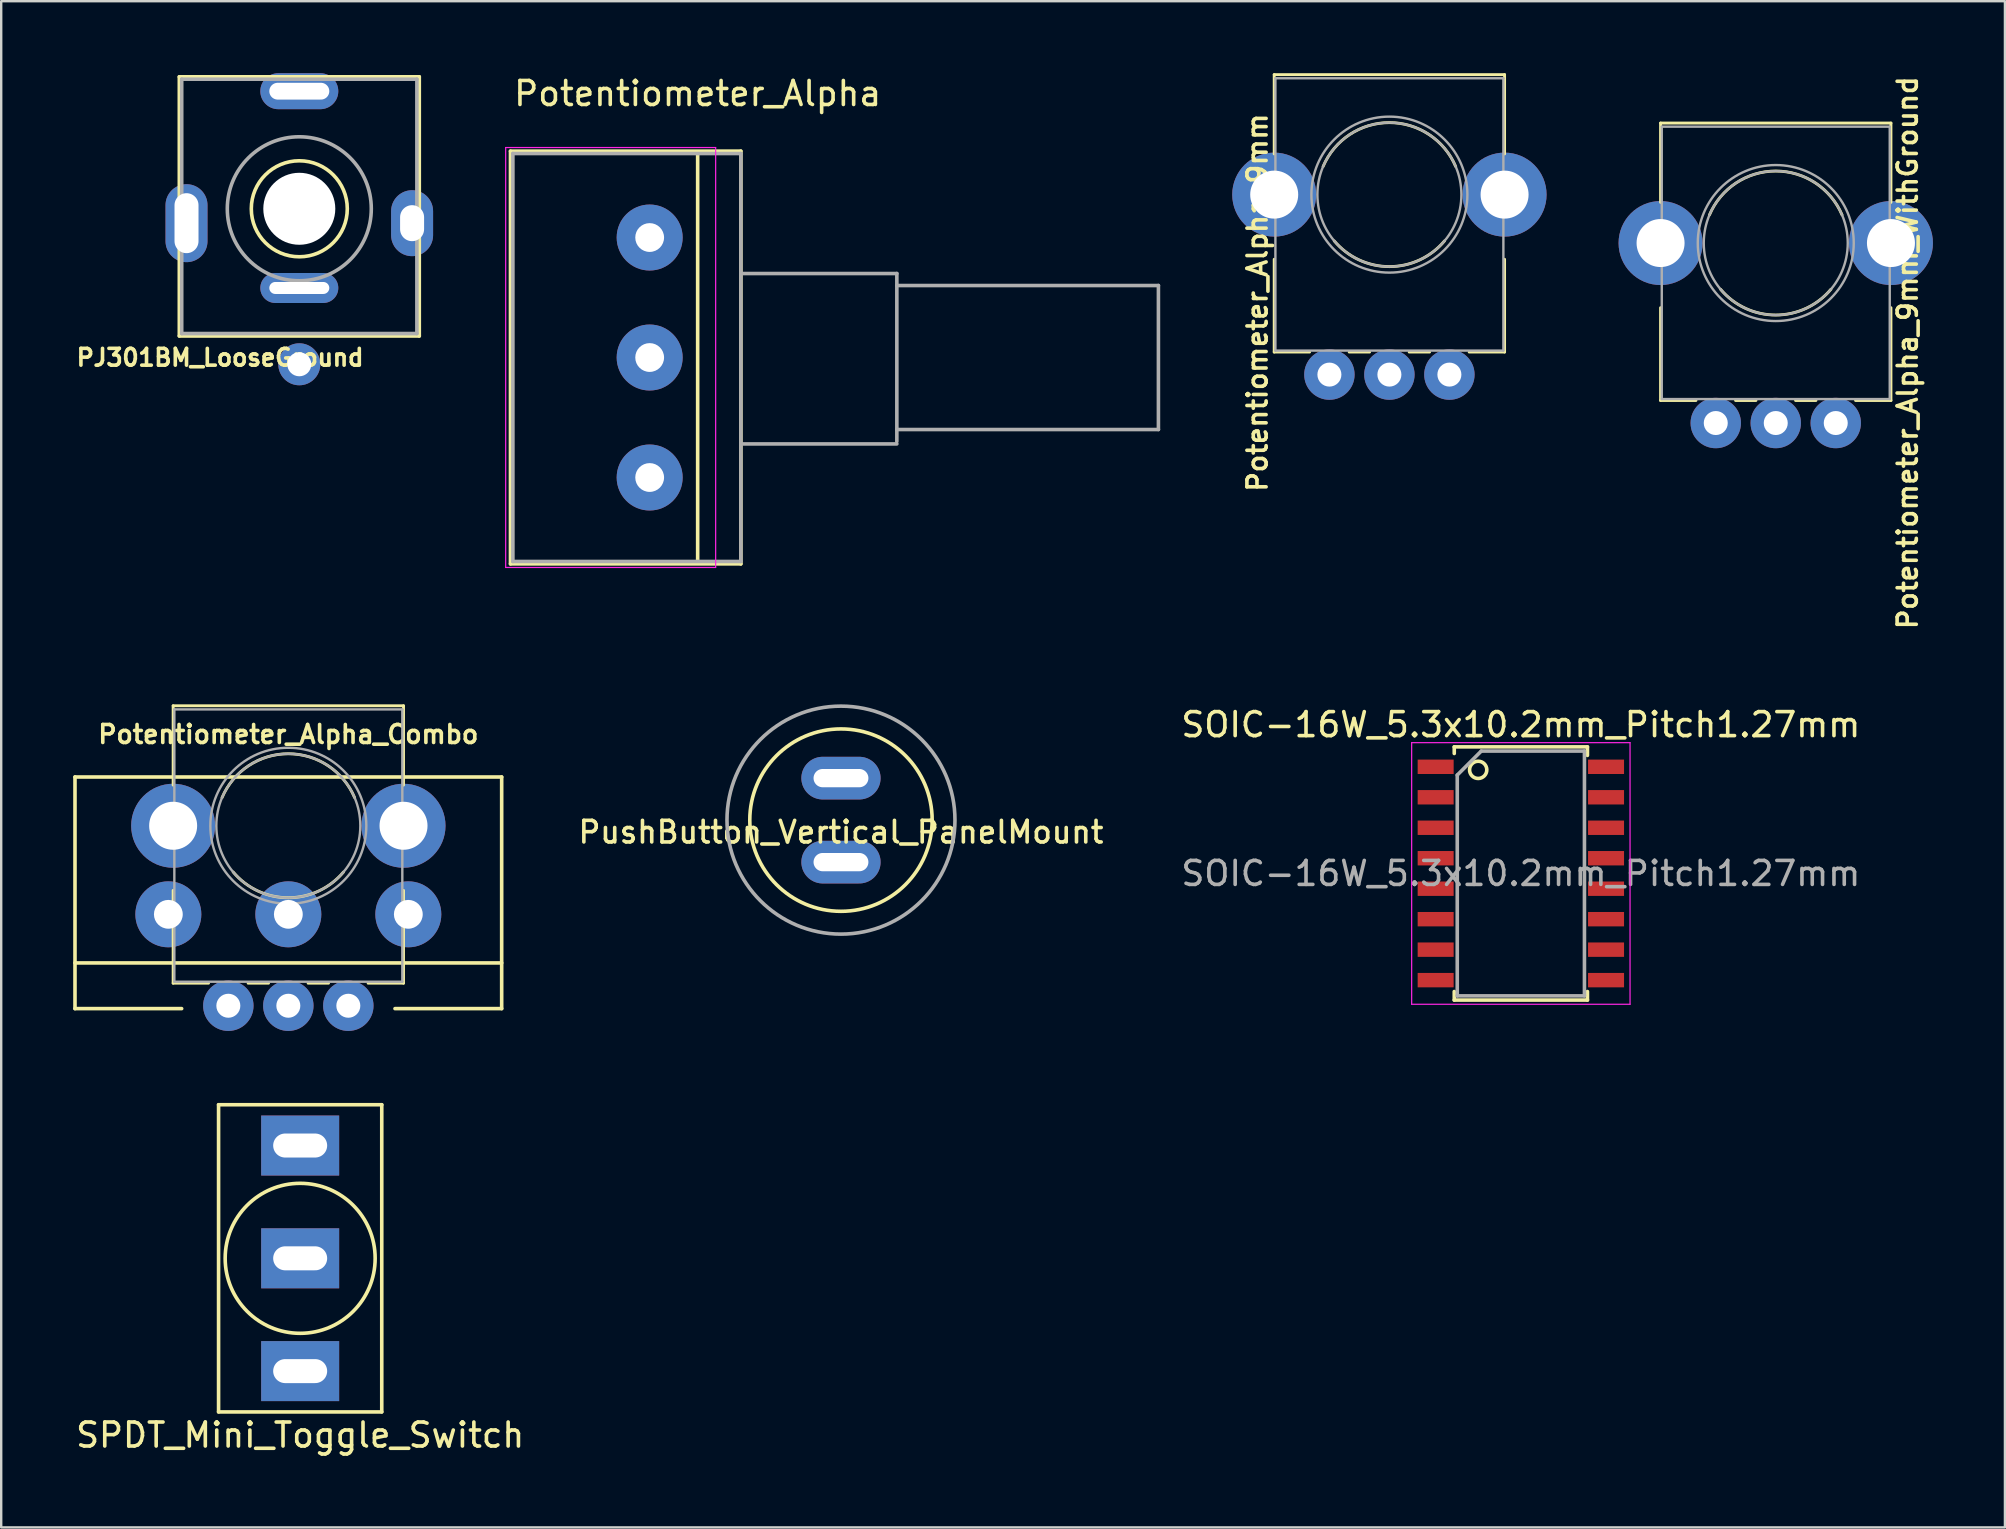
<source format=kicad_pcb>
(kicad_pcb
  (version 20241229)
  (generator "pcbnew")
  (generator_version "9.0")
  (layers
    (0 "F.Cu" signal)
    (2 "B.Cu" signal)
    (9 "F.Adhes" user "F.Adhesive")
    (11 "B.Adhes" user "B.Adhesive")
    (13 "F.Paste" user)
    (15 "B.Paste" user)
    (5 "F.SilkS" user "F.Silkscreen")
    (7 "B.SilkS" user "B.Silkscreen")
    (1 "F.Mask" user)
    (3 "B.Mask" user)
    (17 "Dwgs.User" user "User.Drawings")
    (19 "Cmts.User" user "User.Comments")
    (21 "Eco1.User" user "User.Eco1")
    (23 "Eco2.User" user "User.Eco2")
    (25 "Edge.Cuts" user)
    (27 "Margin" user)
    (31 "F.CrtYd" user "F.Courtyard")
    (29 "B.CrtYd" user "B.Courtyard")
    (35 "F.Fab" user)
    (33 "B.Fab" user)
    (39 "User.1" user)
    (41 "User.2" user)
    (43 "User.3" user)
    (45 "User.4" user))
  (footprint "Potentiometer_Alpha_Combo"
    (layer "F.Cu")
    (at 8.965 31.36)
    (property "Reference" "Potentiometer_Alpha_Combo" (at 0 -3.81 180) (layer "F.SilkS") (effects (font (size 0.75 0.75) (thickness 0.15))))
    (attr through_hole)
    (fp_line (start -8.89 -2.032) (end 8.89 -2.032) (stroke (width 0.15) (type solid)) (layer "F.SilkS"))
    (fp_line (start -8.89 5.715) (end 8.89 5.715) (stroke (width 0.15) (type solid)) (layer "F.SilkS"))
    (fp_line (start -8.89 7.62) (end -8.89 -2.032) (stroke (width 0.15) (type solid)) (layer "F.SilkS"))
    (fp_line (start -8.89 7.62) (end -4.445 7.62) (stroke (width 0.15) (type solid)) (layer "F.SilkS"))
    (fp_line (start -4.8 -5) (end 4.8 -5) (stroke (width 0.12) (type solid)) (layer "F.SilkS"))
    (fp_line (start -4.8 -1.695) (end -4.8 -5) (stroke (width 0.12) (type solid)) (layer "F.SilkS"))
    (fp_line (start -4.8 6.56) (end -4.8 2.694) (stroke (width 0.12) (type solid)) (layer "F.SilkS"))
    (fp_line (start -4.8 6.56) (end -3.325 6.56) (stroke (width 0.12) (type solid)) (layer "F.SilkS"))
    (fp_line (start -1.675 6.56) (end -0.825 6.56) (stroke (width 0.12) (type solid)) (layer "F.SilkS"))
    (fp_line (start 0.825 6.56) (end 1.675 6.56) (stroke (width 0.12) (type solid)) (layer "F.SilkS"))
    (fp_line (start 3.325 6.56) (end 4.8 6.56) (stroke (width 0.12) (type solid)) (layer "F.SilkS"))
    (fp_line (start 4.8 -1.695) (end 4.8 -5) (stroke (width 0.12) (type solid)) (layer "F.SilkS"))
    (fp_line (start 4.8 6.56) (end 4.8 2.694) (stroke (width 0.12) (type solid)) (layer "F.SilkS"))
    (fp_line (start 8.89 7.62) (end 4.445 7.62) (stroke (width 0.15) (type solid)) (layer "F.SilkS"))
    (fp_line (start 8.89 7.62) (end 8.89 -2.032) (stroke (width 0.15) (type solid)) (layer "F.SilkS"))
    (fp_arc (start -2.762432 -1.171982) (mid -0.000553 -3.000762) (end 2.762 -1.173) (stroke (width 0.12) (type solid)) (layer "F.SilkS"))
    (fp_arc (start 2.297753 1.928295) (mid -0.000192 2.999665) (end -2.298 1.928) (stroke (width 0.12) (type solid)) (layer "F.SilkS"))
    (fp_line (start -4.75 -4.85) (end -4.75 6.5) (stroke (width 0.1) (type solid)) (layer "F.Fab"))
    (fp_line (start -4.75 6.5) (end 4.75 6.5) (stroke (width 0.1) (type solid)) (layer "F.Fab"))
    (fp_line (start 4.75 -4.85) (end -4.75 -4.85) (stroke (width 0.1) (type solid)) (layer "F.Fab"))
    (fp_line (start 4.75 6.5) (end 4.75 -4.85) (stroke (width 0.1) (type solid)) (layer "F.Fab"))
    (fp_circle (center 0 0) (end 0 -3.25) (stroke (width 0.1) (type solid)) (fill no) (layer "F.Fab"))
    (fp_circle (center 0 0) (end 0 -3) (stroke (width 0.1) (type solid)) (fill no) (layer "F.Fab"))
    (pad "" np_thru_hole circle (at -4.8 0 90) (size 3.5 3.5) (drill 2) (layers "*.Cu" "*.Mask"))
    (pad "" np_thru_hole circle (at 4.8 0 90) (size 3.5 3.5) (drill 2) (layers "*.Cu" "*.Mask"))
    (pad "1" thru_hole circle (at -5 3.69 90) (size 2.75 2.75) (drill 1.2) (layers "*.Cu" "*.Mask"))
    (pad "1" thru_hole circle (at -2.5 7.5 90) (size 2.1 2.1) (drill 1) (layers "*.Cu" "*.Mask"))
    (pad "2" thru_hole circle (at 0 3.69 90) (size 2.75 2.75) (drill 1.2) (layers "*.Cu" "*.Mask"))
    (pad "2" thru_hole circle (at 0 7.5 90) (size 2.1 2.1) (drill 1) (layers "*.Cu" "*.Mask"))
    (pad "3" thru_hole circle (at 2.5 7.5 90) (size 2.1 2.1) (drill 1) (layers "*.Cu" "*.Mask"))
    (pad "3" thru_hole circle (at 5 3.69 90) (size 2.75 2.75) (drill 1.2) (layers "*.Cu" "*.Mask")))
  (footprint "SOIC-16W_5.3x10.2mm_Pitch1.27mm"
    (layer "F.Cu")
    (at 60.325 33.348)
    (property "Reference" "SOIC-16W_5.3x10.2mm_Pitch1.27mm" (at 0 -6.2 0) (layer "F.SilkS") (effects (font (size 1 1) (thickness 0.15))))
    (attr smd)
    (fp_line (start -2.775 -5.275) (end -2.775 -5) (stroke (width 0.15) (type solid)) (layer "F.SilkS"))
    (fp_line (start -2.775 -5.275) (end 2.775 -5.275) (stroke (width 0.15) (type solid)) (layer "F.SilkS"))
    (fp_line (start -2.775 5.275) (end -2.775 4.92) (stroke (width 0.15) (type solid)) (layer "F.SilkS"))
    (fp_line (start -2.775 5.275) (end 2.775 5.275) (stroke (width 0.15) (type solid)) (layer "F.SilkS"))
    (fp_line (start 2.775 -5.275) (end 2.775 -4.92) (stroke (width 0.15) (type solid)) (layer "F.SilkS"))
    (fp_line (start 2.775 5.275) (end 2.775 4.92) (stroke (width 0.15) (type solid)) (layer "F.SilkS"))
    (fp_circle (center -1.778 -4.318) (end -1.524 -4.064) (stroke (width 0.15) (type solid)) (fill no) (layer "F.SilkS"))
    (fp_line (start -4.55 -5.45) (end -4.55 5.45) (stroke (width 0.05) (type solid)) (layer "F.CrtYd"))
    (fp_line (start -4.55 -5.45) (end 4.55 -5.45) (stroke (width 0.05) (type solid)) (layer "F.CrtYd"))
    (fp_line (start -4.55 5.45) (end 4.55 5.45) (stroke (width 0.05) (type solid)) (layer "F.CrtYd"))
    (fp_line (start 4.55 -5.45) (end 4.55 5.45) (stroke (width 0.05) (type solid)) (layer "F.CrtYd"))
    (fp_line (start -2.65 -4.1) (end -1.65 -5.1) (stroke (width 0.15) (type solid)) (layer "F.Fab"))
    (fp_line (start -2.65 5.1) (end -2.65 -4.1) (stroke (width 0.15) (type solid)) (layer "F.Fab"))
    (fp_line (start -1.65 -5.1) (end 2.65 -5.1) (stroke (width 0.15) (type solid)) (layer "F.Fab"))
    (fp_line (start 2.65 -5.1) (end 2.65 5.1) (stroke (width 0.15) (type solid)) (layer "F.Fab"))
    (fp_line (start 2.65 5.1) (end -2.65 5.1) (stroke (width 0.15) (type solid)) (layer "F.Fab"))
    (fp_text user "${REFERENCE}" (at 0 0 0) (layer "F.Fab") (effects (font (size 1 1) (thickness 0.15))))
    (pad "1" smd rect (at -3.55 -4.445) (size 1.5 0.6) (layers "F.Cu" "F.Mask" "F.Paste"))
    (pad "2" smd rect (at -3.55 -3.175) (size 1.5 0.6) (layers "F.Cu" "F.Mask" "F.Paste"))
    (pad "3" smd rect (at -3.55 -1.905) (size 1.5 0.6) (layers "F.Cu" "F.Mask" "F.Paste"))
    (pad "4" smd rect (at -3.55 -0.635) (size 1.5 0.6) (layers "F.Cu" "F.Mask" "F.Paste"))
    (pad "5" smd rect (at -3.55 0.635) (size 1.5 0.6) (layers "F.Cu" "F.Mask" "F.Paste"))
    (pad "6" smd rect (at -3.55 1.905) (size 1.5 0.6) (layers "F.Cu" "F.Mask" "F.Paste"))
    (pad "7" smd rect (at -3.55 3.175) (size 1.5 0.6) (layers "F.Cu" "F.Mask" "F.Paste"))
    (pad "8" smd rect (at -3.55 4.445) (size 1.5 0.6) (layers "F.Cu" "F.Mask" "F.Paste"))
    (pad "9" smd rect (at 3.55 4.445) (size 1.5 0.6) (layers "F.Cu" "F.Mask" "F.Paste"))
    (pad "10" smd rect (at 3.55 3.175) (size 1.5 0.6) (layers "F.Cu" "F.Mask" "F.Paste"))
    (pad "11" smd rect (at 3.55 1.905) (size 1.5 0.6) (layers "F.Cu" "F.Mask" "F.Paste"))
    (pad "12" smd rect (at 3.55 0.635) (size 1.5 0.6) (layers "F.Cu" "F.Mask" "F.Paste"))
    (pad "13" smd rect (at 3.55 -0.635) (size 1.5 0.6) (layers "F.Cu" "F.Mask" "F.Paste"))
    (pad "14" smd rect (at 3.55 -1.905) (size 1.5 0.6) (layers "F.Cu" "F.Mask" "F.Paste"))
    (pad "15" smd rect (at 3.55 -3.175) (size 1.5 0.6) (layers "F.Cu" "F.Mask" "F.Paste"))
    (pad "16" smd rect (at 3.55 -4.445) (size 1.5 0.6) (layers "F.Cu" "F.Mask" "F.Paste")))
  (footprint "PJ301BM_LooseGround"
    (layer "F.Cu")
    (at 9.422 5.65)
    (property "Reference" "PJ301BM_LooseGround" (at -3.3 6.2 0) (layer "F.SilkS") (effects (font (size 0.7 0.7) (thickness 0.15))))
    (attr through_hole)
    (fp_line (start -5 -5.5) (end 5 -5.5) (stroke (width 0.15) (type solid)) (layer "F.SilkS"))
    (fp_line (start -5 5.3) (end -5 -5.5) (stroke (width 0.15) (type solid)) (layer "F.SilkS"))
    (fp_line (start 5 -5.5) (end 5 5.3) (stroke (width 0.15) (type solid)) (layer "F.SilkS"))
    (fp_line (start 5 5.3) (end -5 5.3) (stroke (width 0.15) (type solid)) (layer "F.SilkS"))
    (fp_circle (center 0 0) (end 2 0) (stroke (width 0.15) (type solid)) (fill no) (layer "F.SilkS"))
    (fp_line (start -4.9 -5.4) (end -4.9 5.2) (stroke (width 0.15) (type solid)) (layer "F.Fab"))
    (fp_line (start -4.9 5.2) (end 4.9 5.2) (stroke (width 0.15) (type solid)) (layer "F.Fab"))
    (fp_line (start 4.9 -5.4) (end -4.9 -5.4) (stroke (width 0.15) (type solid)) (layer "F.Fab"))
    (fp_line (start 4.9 5.2) (end 4.9 -5.4) (stroke (width 0.15) (type solid)) (layer "F.Fab"))
    (fp_circle (center 0 0) (end 3 0) (stroke (width 0.15) (type solid)) (fill no) (layer "F.Fab"))
    (pad "" np_thru_hole circle (at 0 0) (size 3 3) (drill 3) (layers "*.Cu" "*.Mask"))
    (pad "1" thru_hole oval (at -4.7 0.6) (size 1.75 3.25) (drill oval 1 2.5) (layers "*.Cu" "*.Mask"))
    (pad "1" thru_hole circle (at 0 6.48) (size 1.75 1.75) (drill 1) (layers "*.Cu" "*.Mask"))
    (pad "1" thru_hole oval (at 4.7 0.6) (size 1.75 2.75) (drill oval 1 1.5) (layers "*.Cu" "*.Mask"))
    (pad "2" thru_hole oval (at 0 3.3) (size 3.25 1.25) (drill oval 2.5 0.5) (layers "*.Cu" "*.Mask"))
    (pad "3" thru_hole oval (at 0 -4.9) (size 3.25 1.5) (drill oval 2.5 0.7) (layers "*.Cu" "*.Mask")))
  (footprint "Potentiometer_Alpha"
    (layer "F.Cu")
    (at 24.022 6.848)
    (property "Reference" "Potentiometer_Alpha" (at 2 -6 0) (layer "F.SilkS") (effects (font (size 1 1) (thickness 0.15))))
    (attr through_hole)
    (fp_line (start -5.8 -3.6) (end -5.8 13.6) (stroke (width 0.15) (type solid)) (layer "F.SilkS"))
    (fp_line (start 2 -3.5) (end 2 13.5) (stroke (width 0.15) (type solid)) (layer "F.SilkS"))
    (fp_line (start 3.8 -3.6) (end -5.8 -3.6) (stroke (width 0.15) (type solid)) (layer "F.SilkS"))
    (fp_line (start 3.8 -3.6) (end 3.8 13.6) (stroke (width 0.15) (type solid)) (layer "F.SilkS"))
    (fp_line (start 3.8 13.6) (end -5.8 13.6) (stroke (width 0.15) (type solid)) (layer "F.SilkS"))
    (fp_line (start -6 -3.75) (end -6 13.75) (stroke (width 0.05) (type solid)) (layer "F.CrtYd"))
    (fp_line (start -6 -3.75) (end 2.75 -3.75) (stroke (width 0.05) (type solid)) (layer "F.CrtYd"))
    (fp_line (start 2.75 13.75) (end -6 13.75) (stroke (width 0.05) (type solid)) (layer "F.CrtYd"))
    (fp_line (start 2.75 13.75) (end 2.75 -3.75) (stroke (width 0.05) (type solid)) (layer "F.CrtYd"))
    (fp_line (start -5.7 -3.5) (end -5.7 13.5) (stroke (width 0.15) (type solid)) (layer "F.Fab"))
    (fp_line (start 3.8 -3.5) (end -5.7 -3.5) (stroke (width 0.15) (type solid)) (layer "F.Fab"))
    (fp_line (start 3.8 -3.5) (end 3.8 13.5) (stroke (width 0.15) (type solid)) (layer "F.Fab"))
    (fp_line (start 3.8 13.5) (end -5.7 13.5) (stroke (width 0.15) (type solid)) (layer "F.Fab"))
    (fp_line (start 10.3 1.5) (end 3.8 1.5) (stroke (width 0.15) (type solid)) (layer "F.Fab"))
    (fp_line (start 10.3 1.5) (end 10.3 8.5) (stroke (width 0.15) (type solid)) (layer "F.Fab"))
    (fp_line (start 10.3 8.6) (end 3.8 8.6) (stroke (width 0.15) (type solid)) (layer "F.Fab"))
    (fp_line (start 21.2 2) (end 10.3 2) (stroke (width 0.15) (type solid)) (layer "F.Fab"))
    (fp_line (start 21.2 2) (end 21.2 8) (stroke (width 0.15) (type solid)) (layer "F.Fab"))
    (fp_line (start 21.2 8) (end 10.3 8) (stroke (width 0.15) (type solid)) (layer "F.Fab"))
    (pad "1" thru_hole circle (at 0 10) (size 2.75 2.75) (drill 1.2) (layers "*.Cu" "*.Mask"))
    (pad "2" thru_hole circle (at 0 5) (size 2.75 2.75) (drill 1.2) (layers "*.Cu" "*.Mask"))
    (pad "3" thru_hole circle (at 0 0) (size 2.75 2.75) (drill 1.2) (layers "*.Cu" "*.Mask")))
  (footprint "Potentiometer_Alpha_9mm_WithGround"
    (layer "F.Cu")
    (at 70.947 7.078)
    (property "Reference" "Potentiometer_Alpha_9mm_WithGround" (at 5.494 4.572 90) (layer "F.SilkS") (effects (font (size 0.8 0.8) (thickness 0.15))))
    (attr through_hole)
    (fp_line (start -4.8 -5) (end 4.8 -5) (stroke (width 0.12) (type solid)) (layer "F.SilkS"))
    (fp_line (start -4.8 -1.695) (end -4.8 -5) (stroke (width 0.12) (type solid)) (layer "F.SilkS"))
    (fp_line (start -4.8 6.56) (end -4.8 2.694) (stroke (width 0.12) (type solid)) (layer "F.SilkS"))
    (fp_line (start -4.8 6.56) (end -3.325 6.56) (stroke (width 0.12) (type solid)) (layer "F.SilkS"))
    (fp_line (start -1.675 6.56) (end -0.825 6.56) (stroke (width 0.12) (type solid)) (layer "F.SilkS"))
    (fp_line (start 0.825 6.56) (end 1.675 6.56) (stroke (width 0.12) (type solid)) (layer "F.SilkS"))
    (fp_line (start 3.325 6.56) (end 4.8 6.56) (stroke (width 0.12) (type solid)) (layer "F.SilkS"))
    (fp_line (start 4.8 -1.695) (end 4.8 -5) (stroke (width 0.12) (type solid)) (layer "F.SilkS"))
    (fp_line (start 4.8 6.56) (end 4.8 2.694) (stroke (width 0.12) (type solid)) (layer "F.SilkS"))
    (fp_arc (start -2.762432 -1.171982) (mid -0.000553 -3.000762) (end 2.762 -1.173) (stroke (width 0.12) (type solid)) (layer "F.SilkS"))
    (fp_arc (start 2.297753 1.928295) (mid -0.000192 2.999665) (end -2.298 1.928) (stroke (width 0.12) (type solid)) (layer "F.SilkS"))
    (fp_line (start -4.75 -4.85) (end -4.75 6.5) (stroke (width 0.1) (type solid)) (layer "F.Fab"))
    (fp_line (start -4.75 6.5) (end 4.75 6.5) (stroke (width 0.1) (type solid)) (layer "F.Fab"))
    (fp_line (start 4.75 -4.85) (end -4.75 -4.85) (stroke (width 0.1) (type solid)) (layer "F.Fab"))
    (fp_line (start 4.75 6.5) (end 4.75 -4.85) (stroke (width 0.1) (type solid)) (layer "F.Fab"))
    (fp_circle (center 0 0) (end 0 -3.25) (stroke (width 0.1) (type solid)) (fill no) (layer "F.Fab"))
    (fp_circle (center 0 0) (end 0 -3) (stroke (width 0.1) (type solid)) (fill no) (layer "F.Fab"))
    (pad "1" thru_hole circle (at -2.5 7.5 90) (size 2.1 2.1) (drill 1) (layers "*.Cu" "*.Mask"))
    (pad "2" thru_hole circle (at 0 7.5 90) (size 2.1 2.1) (drill 1) (layers "*.Cu" "*.Mask"))
    (pad "3" thru_hole circle (at 2.5 7.5 90) (size 2.1 2.1) (drill 1) (layers "*.Cu" "*.Mask"))
    (pad "4" thru_hole circle (at -4.8 0 90) (size 3.5 3.5) (drill 2) (layers "*.Cu" "*.Mask"))
    (pad "4" thru_hole circle (at 4.8 0 90) (size 3.5 3.5) (drill 2) (layers "*.Cu" "*.Mask")))
  (footprint "SPDT_Mini_Toggle_Switch"
    (layer "F.Cu")
    (at 9.458 49.385)
    (property "Reference" "SPDT_Mini_Toggle_Switch" (at 0 7.366 0) (layer "F.SilkS") (effects (font (size 1 1) (thickness 0.15))))
    (attr through_hole)
    (fp_line (start -3.4 -6.4) (end 3.4 -6.4) (stroke (width 0.15) (type solid)) (layer "F.SilkS"))
    (fp_line (start -3.4 6.4) (end -3.4 -6.4) (stroke (width 0.15) (type solid)) (layer "F.SilkS"))
    (fp_line (start 3.4 -6.4) (end 3.4 6.4) (stroke (width 0.15) (type solid)) (layer "F.SilkS"))
    (fp_line (start 3.4 6.4) (end -3.4 6.4) (stroke (width 0.15) (type solid)) (layer "F.SilkS"))
    (fp_circle (center 0 0) (end 3.125 0) (stroke (width 0.15) (type solid)) (fill no) (layer "F.SilkS"))
    (pad "1" thru_hole rect (at 0 4.7) (size 3.25 2.5) (drill oval 2.25 1) (layers "*.Cu" "*.Mask"))
    (pad "2" thru_hole rect (at 0 0) (size 3.25 2.5) (drill oval 2.25 1) (layers "*.Cu" "*.Mask"))
    (pad "3" thru_hole rect (at 0 -4.7) (size 3.25 2.5) (drill oval 2.25 1) (layers "*.Cu" "*.Mask")))
  (footprint "Potentiometer_Alpha_9mm"
    (layer "F.Cu")
    (at 54.847 5.06)
    (property "Reference" "Potentiometer_Alpha_9mm" (at -5.5 4.5 90) (layer "F.SilkS") (effects (font (size 0.8 0.8) (thickness 0.15))))
    (attr through_hole)
    (fp_line (start -4.8 -5) (end 4.8 -5) (stroke (width 0.12) (type solid)) (layer "F.SilkS"))
    (fp_line (start -4.8 -1.695) (end -4.8 -5) (stroke (width 0.12) (type solid)) (layer "F.SilkS"))
    (fp_line (start -4.8 6.56) (end -4.8 2.694) (stroke (width 0.12) (type solid)) (layer "F.SilkS"))
    (fp_line (start -4.8 6.56) (end -3.325 6.56) (stroke (width 0.12) (type solid)) (layer "F.SilkS"))
    (fp_line (start -1.675 6.56) (end -0.825 6.56) (stroke (width 0.12) (type solid)) (layer "F.SilkS"))
    (fp_line (start 0.825 6.56) (end 1.675 6.56) (stroke (width 0.12) (type solid)) (layer "F.SilkS"))
    (fp_line (start 3.325 6.56) (end 4.8 6.56) (stroke (width 0.12) (type solid)) (layer "F.SilkS"))
    (fp_line (start 4.8 -1.695) (end 4.8 -5) (stroke (width 0.12) (type solid)) (layer "F.SilkS"))
    (fp_line (start 4.8 6.56) (end 4.8 2.694) (stroke (width 0.12) (type solid)) (layer "F.SilkS"))
    (fp_arc (start -2.762432 -1.171982) (mid -0.000553 -3.000762) (end 2.762 -1.173) (stroke (width 0.12) (type solid)) (layer "F.SilkS"))
    (fp_arc (start 2.297753 1.928295) (mid -0.000192 2.999665) (end -2.298 1.928) (stroke (width 0.12) (type solid)) (layer "F.SilkS"))
    (fp_line (start -4.75 -4.85) (end -4.75 6.5) (stroke (width 0.1) (type solid)) (layer "F.Fab"))
    (fp_line (start -4.75 6.5) (end 4.75 6.5) (stroke (width 0.1) (type solid)) (layer "F.Fab"))
    (fp_line (start 4.75 -4.85) (end -4.75 -4.85) (stroke (width 0.1) (type solid)) (layer "F.Fab"))
    (fp_line (start 4.75 6.5) (end 4.75 -4.85) (stroke (width 0.1) (type solid)) (layer "F.Fab"))
    (fp_circle (center 0 0) (end 0 -3.25) (stroke (width 0.1) (type solid)) (fill no) (layer "F.Fab"))
    (fp_circle (center 0 0) (end 0 -3) (stroke (width 0.1) (type solid)) (fill no) (layer "F.Fab"))
    (pad "" np_thru_hole circle (at -4.8 0 90) (size 3.5 3.5) (drill 2) (layers "*.Cu" "*.Mask"))
    (pad "" np_thru_hole circle (at 4.8 0 90) (size 3.5 3.5) (drill 2) (layers "*.Cu" "*.Mask"))
    (pad "1" thru_hole circle (at -2.5 7.5 90) (size 2.1 2.1) (drill 1) (layers "*.Cu" "*.Mask"))
    (pad "2" thru_hole circle (at 0 7.5 90) (size 2.1 2.1) (drill 1) (layers "*.Cu" "*.Mask"))
    (pad "3" thru_hole circle (at 2.5 7.5 90) (size 2.1 2.1) (drill 1) (layers "*.Cu" "*.Mask")))
  (footprint "PushButton_Vertical_PanelMount"
    (layer "F.Cu")
    (at 31.994 31.125)
    (property "Reference" "PushButton_Vertical_PanelMount" (at 0 0.5 0) (layer "F.SilkS") (effects (font (size 0.9 0.9) (thickness 0.15))))
    (attr through_hole)
    (fp_circle (center 0 0) (end 3.8 0) (stroke (width 0.15) (type solid)) (fill no) (layer "F.SilkS"))
    (fp_circle (center 0 0) (end 4.75 0) (stroke (width 0.15) (type solid)) (fill no) (layer "F.Fab"))
    (pad "1" thru_hole oval (at 0 -1.75) (size 3.302 1.778) (drill oval 2.286 0.762) (layers "*.Cu" "*.Mask"))
    (pad "2" thru_hole oval (at 0 1.75) (size 3.302 1.778) (drill oval 2.286 0.762) (layers "*.Cu" "*.Mask")))
  (gr_rect
    (start -3 -3)
    (end 80.497 60.599)
    (stroke (width 0.1) (type default))
    (fill no)
    (layer "Edge.Cuts")))
</source>
